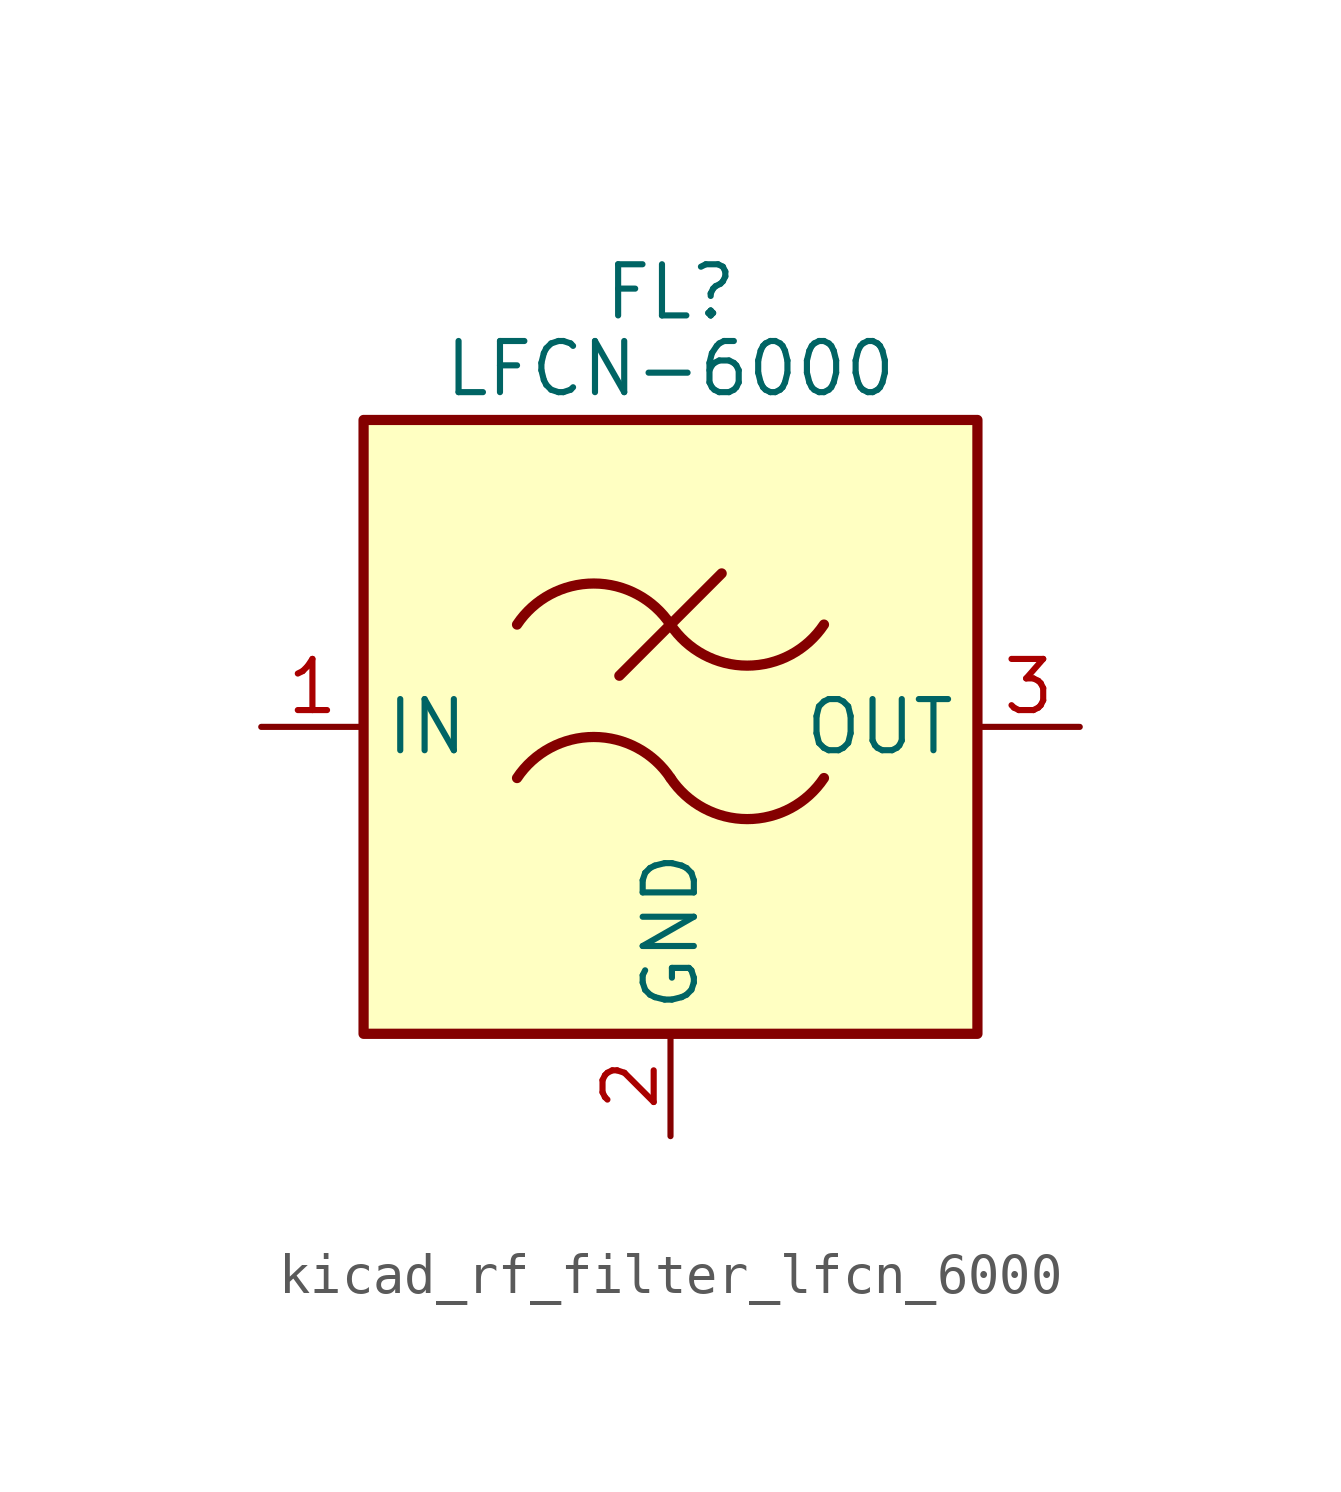
<source format=kicad_sym>
(kicad_symbol_lib
  (version 20220914)
  (generator kicad_symbol_editor)
  (symbol "kicad_rf_filter_lfcn_6000"
    (property "Reference" "FL"
      (at 0 10.795 0)
      (effects (font (size 1.27 1.27))))
    (property "Value" "LFCN-6000"
      (at 0 8.89 0)
      (effects (font (size 1.27 1.27))))
    (symbol "kicad_rf_filter_lfcn_6000_0_1"
      (rectangle (start -7.62 7.62) (end 7.62 -7.62) (stroke (width 0.254) (type default)) (fill (type background)))
      (arc (start 0 -1.27) (mid -1.905 -0.2505) (end -3.81 -1.27) (stroke (width 0.254) (type default)) (fill (type none)))
      (arc (start 0 -1.27) (mid 1.905 -2.2895) (end 3.81 -1.27) (stroke (width 0.254) (type default)) (fill (type none)))
      (polyline (pts (xy -1.27 1.27) (xy 1.27 3.81)) (stroke (width 0.254) (type default)) (fill (type none)))
      (arc (start 0 2.54) (mid -1.905 3.5595) (end -3.81 2.54) (stroke (width 0.254) (type default)) (fill (type none)))
      (arc (start 0 2.54) (mid 1.905 1.5205) (end 3.81 2.54) (stroke (width 0.254) (type default)) (fill (type none))))
    (symbol "kicad_rf_filter_lfcn_6000_1_1"
      (pin passive line (at -10.16 0 0) (length 2.54) (name "IN" (effects (font (size 1.27 1.27)))) (number "1" (effects (font (size 1.27 1.27)))))
      (pin passive line (at 0 -10.16 90) (length 2.54) (name "GND" (effects (font (size 1.27 1.27)))) (number "2" (effects (font (size 1.27 1.27)))))
      (pin passive line (at 10.16 0 180) (length 2.54) (name "OUT" (effects (font (size 1.27 1.27)))) (number "3" (effects (font (size 1.27 1.27)))))
      (pin passive line (at 0 -10.16 90) (length 2.54) hide (name "GND" (effects (font (size 1.27 1.27)))) (number "4" (effects (font (size 1.27 1.27))))))))
</source>
